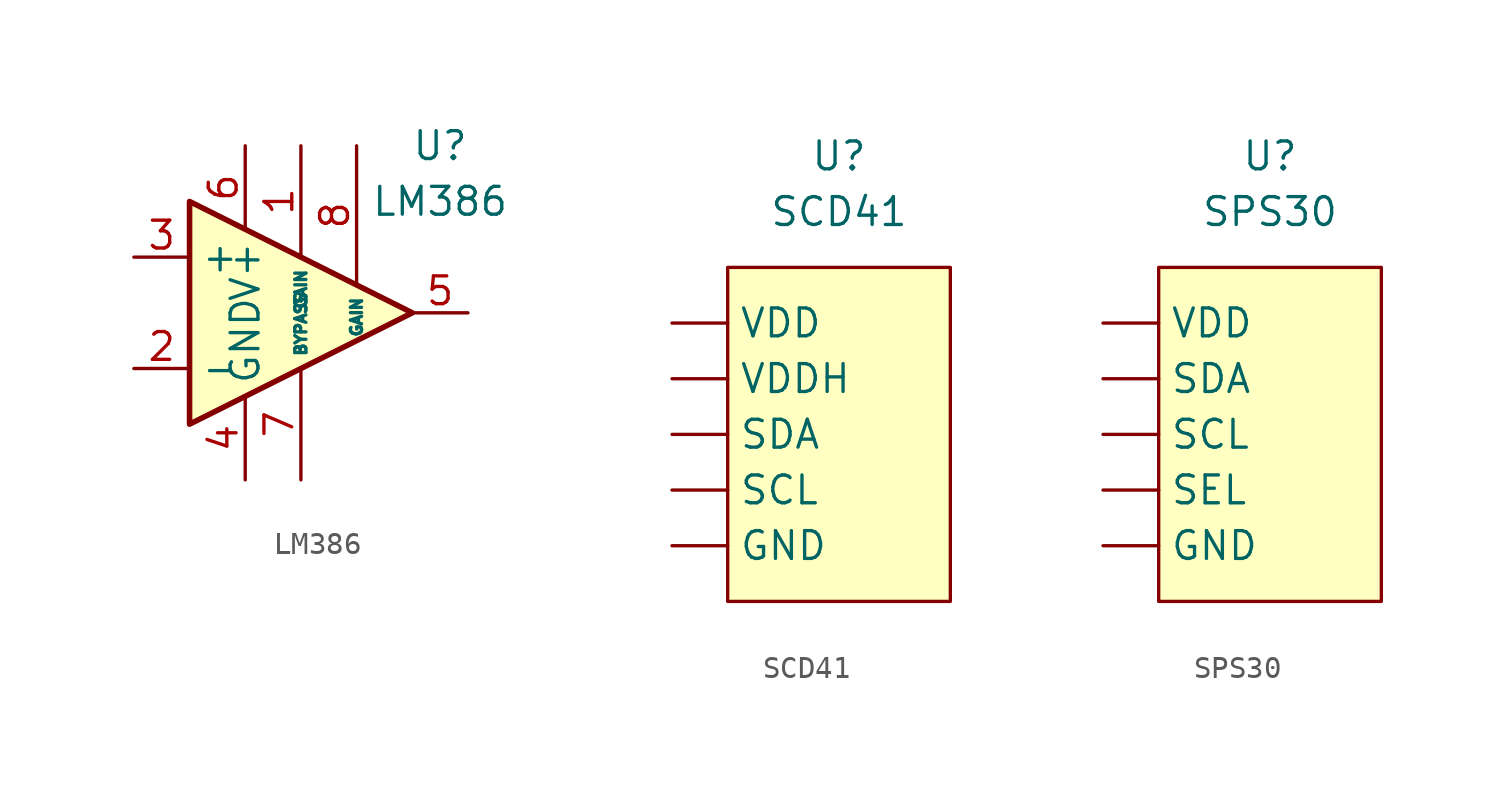
<source format=kicad_sym>
(kicad_symbol_lib
  (version 20211014)
  (generator kicad_symbol_editor)
  (symbol "LM386"
    (property "Reference" "U"
      (at 7.62 7.62 0)
      (effects (font (size 1.27 1.27))))
    (property "Value" "LM386"
      (at 7.62 5.08 0)
      (effects (font (size 1.27 1.27))))
    (symbol "LM386_0_1"
      (polyline (pts (xy 6.35 0) (xy -3.81 5.08) (xy -3.81 -5.08) (xy 6.35 0)) (stroke (width 0.254) (type default) (color 0 0 0 0)) (fill (type background))))
    (symbol "LM386_1_1"
      (pin input line (at 1.27 7.62 270) (length 5.08) (name "GAIN" (effects (font (size 0.508 0.508)))) (number "1" (effects (font (size 1.27 1.27)))))
      (pin input line (at -6.35 -2.54 0) (length 2.54) (name "-" (effects (font (size 1.27 1.27)))) (number "2" (effects (font (size 1.27 1.27)))))
      (pin input line (at -6.35 2.54 0) (length 2.54) (name "+" (effects (font (size 1.27 1.27)))) (number "3" (effects (font (size 1.27 1.27)))))
      (pin power_in line (at -1.27 -7.62 90) (length 3.81) (name "GND" (effects (font (size 1.27 1.27)))) (number "4" (effects (font (size 1.27 1.27)))))
      (pin output line (at 8.89 0 180) (length 2.54) (name "~" (effects (font (size 1.27 1.27)))) (number "5" (effects (font (size 1.27 1.27)))))
      (pin power_in line (at -1.27 7.62 270) (length 3.81) (name "V+" (effects (font (size 1.27 1.27)))) (number "6" (effects (font (size 1.27 1.27)))))
      (pin input line (at 1.27 -7.62 90) (length 5.08) (name "BYPASS" (effects (font (size 0.508 0.508)))) (number "7" (effects (font (size 1.27 1.27)))))
      (pin input line (at 3.81 7.62 270) (length 6.35) (name "GAIN" (effects (font (size 0.508 0.508)))) (number "8" (effects (font (size 1.27 1.27)))))))
  (symbol "SCD41"
    (property "Reference" "U"
      (at 0 12.7 0)
      (effects (font (size 1.27 1.27))))
    (property "Value" "SCD41"
      (at 0 10.16 0)
      (effects (font (size 1.27 1.27))))
    (symbol "SCD41_0_1"
      (rectangle (start -5.08 7.62) (end 5.08 -7.62) (stroke (width 0) (type default) (color 0 0 0 0)) (fill (type background))))
    (symbol "SCD41_1_1"
      (pin input line (at -7.62 -5.08 0) (length 2.54) (name "GND" (effects (font (size 1.27 1.27)))) (number "" (effects (font (size 1.27 1.27)))))
      (pin input line (at -7.62 -2.54 0) (length 2.54) (name "SCL" (effects (font (size 1.27 1.27)))) (number "" (effects (font (size 1.27 1.27)))))
      (pin input line (at -7.62 0 0) (length 2.54) (name "SDA" (effects (font (size 1.27 1.27)))) (number "" (effects (font (size 1.27 1.27)))))
      (pin input line (at -7.62 5.08 0) (length 2.54) (name "VDD" (effects (font (size 1.27 1.27)))) (number "" (effects (font (size 1.27 1.27)))))
      (pin input line (at -7.62 2.54 0) (length 2.54) (name "VDDH" (effects (font (size 1.27 1.27)))) (number "" (effects (font (size 1.27 1.27)))))))
  (symbol "SPS30"
    (property "Reference" "U"
      (at 0 12.7 0)
      (effects (font (size 1.27 1.27))))
    (property "Value" "SPS30"
      (at 0 10.16 0)
      (effects (font (size 1.27 1.27))))
    (symbol "SPS30_0_1"
      (rectangle (start -5.08 7.62) (end 5.08 -7.62) (stroke (width 0) (type default) (color 0 0 0 0)) (fill (type background))))
    (symbol "SPS30_1_1"
      (pin input line (at -7.62 -5.08 0) (length 2.54) (name "GND" (effects (font (size 1.27 1.27)))) (number "" (effects (font (size 1.27 1.27)))))
      (pin input line (at -7.62 0 0) (length 2.54) (name "SCL" (effects (font (size 1.27 1.27)))) (number "" (effects (font (size 1.27 1.27)))))
      (pin input line (at -7.62 2.54 0) (length 2.54) (name "SDA" (effects (font (size 1.27 1.27)))) (number "" (effects (font (size 1.27 1.27)))))
      (pin input line (at -7.62 -2.54 0) (length 2.54) (name "SEL" (effects (font (size 1.27 1.27)))) (number "" (effects (font (size 1.27 1.27)))))
      (pin input line (at -7.62 5.08 0) (length 2.54) (name "VDD" (effects (font (size 1.27 1.27)))) (number "" (effects (font (size 1.27 1.27))))))))
</source>
